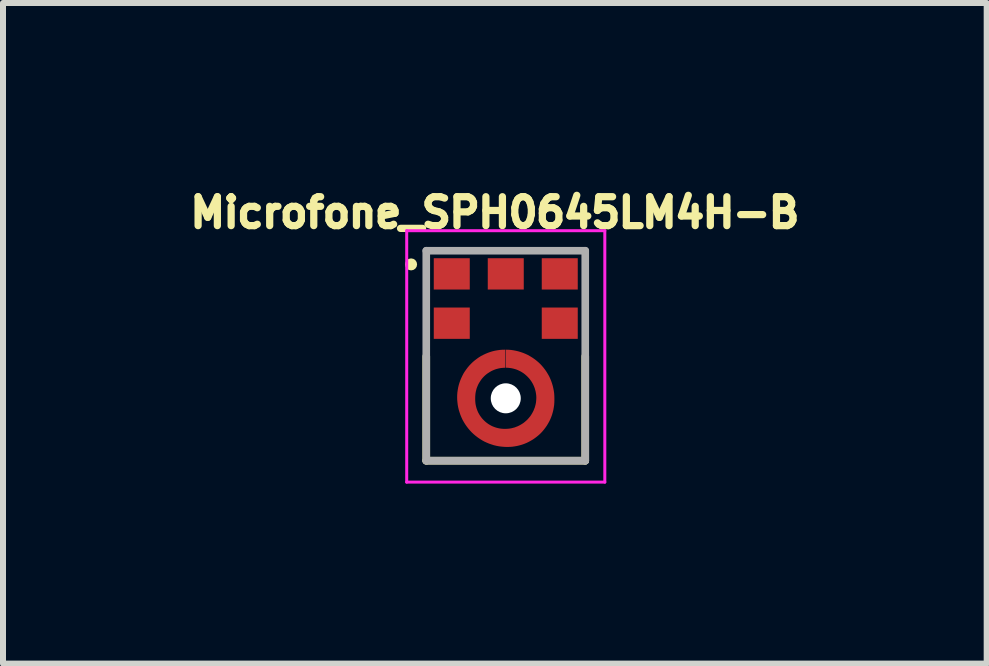
<source format=kicad_pcb>
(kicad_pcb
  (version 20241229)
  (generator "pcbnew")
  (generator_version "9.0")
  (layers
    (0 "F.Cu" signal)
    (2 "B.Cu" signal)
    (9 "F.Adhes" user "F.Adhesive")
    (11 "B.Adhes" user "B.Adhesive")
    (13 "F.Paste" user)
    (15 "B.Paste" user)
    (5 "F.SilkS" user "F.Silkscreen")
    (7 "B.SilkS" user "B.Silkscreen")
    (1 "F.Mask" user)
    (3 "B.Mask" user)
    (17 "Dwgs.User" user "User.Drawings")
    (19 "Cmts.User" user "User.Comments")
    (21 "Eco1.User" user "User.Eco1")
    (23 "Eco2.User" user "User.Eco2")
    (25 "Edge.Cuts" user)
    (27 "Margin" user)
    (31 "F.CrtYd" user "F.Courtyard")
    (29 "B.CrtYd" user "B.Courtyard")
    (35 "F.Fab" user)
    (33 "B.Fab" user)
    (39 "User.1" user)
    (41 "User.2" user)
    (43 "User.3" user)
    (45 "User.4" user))
  (footprint "Microfone_SPH0645LM4H-B"
    (layer "F.Cu")
    (at 5.38 3.589)
    (property "Reference" "Microfone_SPH0645LM4H-B" (at -0.182 -3.095 0) (layer "F.SilkS") (effects (font (size 0.482 0.482) (thickness 0.121))))
    (attr smd)
    (fp_circle (center 0 0) (end 0.456 0) (stroke (width 0.912) (type solid)) (fill no) (layer "F.Mask"))
    (fp_line (start -1.325 1.04) (end -1.325 -0.7) (stroke (width 0.127) (type solid)) (layer "F.SilkS"))
    (fp_line (start 1.325 -0.7) (end 1.325 1.04) (stroke (width 0.127) (type solid)) (layer "F.SilkS"))
    (fp_line (start 1.325 1.04) (end -1.325 1.04) (stroke (width 0.127) (type solid)) (layer "F.SilkS"))
    (fp_circle (center -1.578 -2.232) (end -1.528 -2.232) (stroke (width 0.1) (type solid)) (fill no) (layer "F.SilkS"))
    (fp_poly (pts (xy 0.38 0.53) (xy 0.28 0.425) (xy 0.23 0.46) (xy 0.12 0.5) (xy 0 0.514) (xy -0.12 0.5) (xy -0.225 0.462) (xy -0.288 0.426) (xy -0.385 0.525) (xy -0.5 0.64) (xy -0.405 0.705) (xy -0.31 0.75) (xy -0.22 0.78) (xy -0.14 0.8) (xy 0 0.81) (xy 0.16 0.796) (xy 0.31 0.75) (xy 0.425 0.69) (xy 0.495 0.645)) (stroke (width 0.001) (type solid)) (fill yes) (layer "F.Paste"))
    (fp_poly (pts (xy -0.375 -0.53) (xy -0.28 -0.435) (xy -0.23 -0.46) (xy -0.175 -0.485) (xy -0.12 -0.5) (xy -0.06 -0.51) (xy 0 -0.514) (xy 0.12 -0.5) (xy 0.225 -0.462) (xy 0.283 -0.426) (xy 0.385 -0.525) (xy 0.5 -0.64) (xy 0.41 -0.7) (xy 0.31 -0.75) (xy 0.23 -0.78) (xy 0.14 -0.8) (xy 0 -0.81) (xy -0.16 -0.796) (xy -0.31 -0.75) (xy -0.415 -0.7) (xy -0.49 -0.645)) (stroke (width 0.001) (type solid)) (fill yes) (layer "F.Paste"))
    (fp_poly (pts (xy 0.53 -0.385) (xy 0.425 -0.28) (xy 0.46 -0.23) (xy 0.5 -0.12) (xy 0.514 0) (xy 0.5 0.12) (xy 0.462 0.225) (xy 0.421 0.283) (xy 0.52 0.38) (xy 0.64 0.5) (xy 0.705 0.405) (xy 0.75 0.31) (xy 0.78 0.23) (xy 0.8 0.14) (xy 0.81 0.06) (xy 0.81 -0.065) (xy 0.796 -0.16) (xy 0.78 -0.235) (xy 0.75 -0.31) (xy 0.705 -0.405) (xy 0.64 -0.5)) (stroke (width 0.001) (type solid)) (fill yes) (layer "F.Paste"))
    (fp_poly (pts (xy -0.53 0.385) (xy -0.43 0.285) (xy -0.465 0.23) (xy -0.505 0.12) (xy -0.51 0.12) (xy -0.505 0.11) (xy -0.52 0.005) (xy -0.524 -0.005) (xy -0.52 -0.005) (xy -0.505 -0.125) (xy -0.462 -0.225) (xy -0.426 -0.293) (xy -0.525 -0.39) (xy -0.635 -0.505) (xy -0.7 -0.41) (xy -0.75 -0.31) (xy -0.78 -0.22) (xy -0.8 -0.14) (xy -0.81 0) (xy -0.796 0.16) (xy -0.75 0.31) (xy -0.705 0.4) (xy -0.64 0.5)) (stroke (width 0.001) (type solid)) (fill yes) (layer "F.Paste"))
    (fp_line (start -1.651 -2.794) (end 1.651 -2.794) (stroke (width 0.05) (type solid)) (layer "F.CrtYd"))
    (fp_line (start -1.651 1.397) (end -1.651 -2.794) (stroke (width 0.05) (type solid)) (layer "F.CrtYd"))
    (fp_line (start 1.651 -2.794) (end 1.651 1.397) (stroke (width 0.05) (type solid)) (layer "F.CrtYd"))
    (fp_line (start 1.651 1.397) (end -1.651 1.397) (stroke (width 0.05) (type solid)) (layer "F.CrtYd"))
    (fp_line (start -1.325 -2.46) (end 1.325 -2.46) (stroke (width 0.127) (type solid)) (layer "F.Fab"))
    (fp_line (start -1.325 1.04) (end -1.325 -2.46) (stroke (width 0.127) (type solid)) (layer "F.Fab"))
    (fp_line (start 1.325 -2.46) (end 1.325 1.04) (stroke (width 0.127) (type solid)) (layer "F.Fab"))
    (fp_line (start 1.325 1.04) (end -1.325 1.04) (stroke (width 0.127) (type solid)) (layer "F.Fab"))
    (pad "" np_thru_hole circle (at 0 0) (size 0.5 0.5) (drill 0.5) (layers "*.Cu" "*.Mask"))
    (pad "1" smd rect (at -0.9 -2.074) (size 0.6 0.522) (layers "F.Cu" "F.Mask" "F.Paste"))
    (pad "2" smd rect (at -0.9 -1.252) (size 0.6 0.522) (layers "F.Cu" "F.Mask" "F.Paste"))
    (pad "3" smd custom (at 0.65 -0.02) (size 0.1 0.1) (layers "F.Cu") (options (anchor rect)) (primitives (gr_poly (pts (xy -0.66 -0.49) (xy -0.66 -0.79) (xy -0.707 -0.789) (xy -0.748 -0.786) (xy -0.789 -0.78) (xy -0.83 -0.773) (xy -0.871 -0.763) (xy -0.911 -0.751) (xy -0.95 -0.737) (xy -0.988 -0.721) (xy -1.026 -0.703) (xy -1.063 -0.684) (xy -1.098 -0.662) (xy -1.132 -0.638) (xy -1.165 -0.613) (xy -1.197 -0.586) (xy -1.227 -0.557) (xy -1.256 -0.527) (xy -1.283 -0.495) (xy -1.308 -0.462) (xy -1.332 -0.428) (xy -1.354 -0.393) (xy -1.373 -0.356) (xy -1.391 -0.318) (xy -1.407 -0.28) (xy -1.421 -0.241) (xy -1.433 -0.201) (xy -1.443 -0.16) (xy -1.45 -0.119) (xy -1.456 -0.078) (xy -1.459 -0.037) (xy -1.46 0) (xy -1.459 0.043) (xy -1.455 0.087) (xy -1.45 0.13) (xy -1.442 0.173) (xy -1.432 0.215) (xy -1.419 0.256) (xy -1.405 0.297) (xy -1.388 0.338) (xy -1.37 0.377) (xy -1.349 0.415) (xy -1.326 0.452) (xy -1.301 0.488) (xy -1.275 0.522) (xy -1.247 0.555) (xy -1.217 0.587) (xy -1.185 0.617) (xy -1.152 0.645) (xy -1.118 0.671) (xy -1.082 0.696) (xy -1.045 0.719) (xy -1.007 0.74) (xy -0.968 0.758) (xy -0.927 0.775) (xy -0.886 0.789) (xy -0.845 0.802) (xy -0.803 0.812) (xy -0.76 0.82) (xy -0.717 0.825) (xy -0.673 0.829) (xy -0.63 0.83) (xy -0.62 0.83) (xy -0.579 0.829) (xy -0.538 0.826) (xy -0.498 0.82) (xy -0.458 0.813) (xy -0.418 0.803) (xy -0.379 0.792) (xy -0.34 0.778) (xy -0.303 0.763) (xy -0.266 0.745) (xy -0.23 0.725) (xy -0.195 0.704) (xy -0.162 0.681) (xy -0.129 0.656) (xy -0.098 0.63) (xy -0.068 0.602) (xy -0.04 0.572) (xy -0.014 0.541) (xy 0.011 0.508) (xy 0.034 0.475) (xy 0.055 0.44) (xy 0.075 0.404) (xy 0.093 0.367) (xy 0.108 0.33) (xy 0.122 0.291) (xy 0.133 0.252) (xy 0.143 0.212) (xy 0.15 0.172) (xy 0.156 0.132) (xy 0.159 0.091) (xy 0.16 0.05) (xy 0.16 0.02) (xy 0.159 -0.022) (xy 0.156 -0.065) (xy 0.15 -0.107) (xy 0.142 -0.148) (xy 0.132 -0.19) (xy 0.12 -0.23) (xy 0.106 -0.27) (xy 0.09 -0.309) (xy 0.072 -0.348) (xy 0.051 -0.385) (xy 0.029 -0.421) (xy 0.005 -0.456) (xy -0.021 -0.49) (xy -0.048 -0.522) (xy -0.077 -0.553) (xy -0.108 -0.582) (xy -0.14 -0.609) (xy -0.174 -0.635) (xy -0.209 -0.659) (xy -0.245 -0.681) (xy -0.282 -0.702) (xy -0.321 -0.72) (xy -0.36 -0.736) (xy -0.4 -0.75) (xy -0.44 -0.762) (xy -0.482 -0.772) (xy -0.523 -0.78) (xy -0.565 -0.786) (xy -0.608 -0.789) (xy -0.65 -0.79) (xy -0.65 -0.49) (xy -0.627 -0.49) (xy -0.601 -0.488) (xy -0.575 -0.485) (xy -0.549 -0.481) (xy -0.523 -0.475) (xy -0.497 -0.468) (xy -0.472 -0.46) (xy -0.448 -0.45) (xy -0.424 -0.439) (xy -0.4 -0.427) (xy -0.377 -0.413) (xy -0.355 -0.399) (xy -0.334 -0.383) (xy -0.314 -0.366) (xy -0.294 -0.348) (xy -0.276 -0.329) (xy -0.258 -0.31) (xy -0.242 -0.289) (xy -0.226 -0.267) (xy -0.212 -0.245) (xy -0.199 -0.222) (xy -0.187 -0.198) (xy -0.177 -0.174) (xy -0.167 -0.149) (xy -0.16 -0.124) (xy -0.153 -0.099) (xy -0.148 -0.073) (xy -0.144 -0.047) (xy -0.141 -0.02) (xy -0.14 0.01) (xy -0.141 0.037) (xy -0.143 0.064) (xy -0.146 0.091) (xy -0.151 0.118) (xy -0.158 0.145) (xy -0.165 0.171) (xy -0.175 0.196) (xy -0.185 0.222) (xy -0.197 0.246) (xy -0.21 0.27) (xy -0.224 0.293) (xy -0.239 0.316) (xy -0.256 0.337) (xy -0.274 0.358) (xy -0.292 0.378) (xy -0.312 0.396) (xy -0.333 0.414) (xy -0.354 0.431) (xy -0.377 0.446) (xy -0.4 0.46) (xy -0.424 0.473) (xy -0.448 0.485) (xy -0.474 0.495) (xy -0.499 0.505) (xy -0.525 0.512) (xy -0.552 0.519) (xy -0.579 0.524) (xy -0.606 0.527) (xy -0.633 0.529) (xy -0.66 0.53) (xy -0.67 0.53) (xy -0.696 0.529) (xy -0.721 0.527) (xy -0.747 0.524) (xy -0.772 0.519) (xy -0.797 0.513) (xy -0.821 0.506) (xy -0.846 0.497) (xy -0.869 0.488) (xy -0.892 0.477) (xy -0.915 0.464) (xy -0.937 0.451) (xy -0.958 0.436) (xy -0.978 0.421) (xy -0.998 0.404) (xy -1.016 0.386) (xy -1.034 0.368) (xy -1.051 0.348) (xy -1.066 0.328) (xy -1.081 0.307) (xy -1.094 0.285) (xy -1.107 0.262) (xy -1.118 0.239) (xy -1.127 0.216) (xy -1.136 0.191) (xy -1.143 0.167) (xy -1.149 0.142) (xy -1.154 0.117) (xy -1.157 0.091) (xy -1.159 0.066) (xy -1.16 0.04) (xy -1.16 0.01) (xy -1.159 -0.016) (xy -1.157 -0.042) (xy -1.154 -0.068) (xy -1.149 -0.094) (xy -1.143 -0.119) (xy -1.136 -0.145) (xy -1.127 -0.169) (xy -1.117 -0.193) (xy -1.106 -0.217) (xy -1.093 -0.24) (xy -1.079 -0.262) (xy -1.065 -0.284) (xy -1.049 -0.305) (xy -1.032 -0.325) (xy -1.014 -0.344) (xy -0.995 -0.362) (xy -0.975 -0.379) (xy -0.954 -0.395) (xy -0.932 -0.409) (xy -0.91 -0.423) (xy -0.887 -0.436) (xy -0.863 -0.447) (xy -0.839 -0.457) (xy -0.815 -0.466) (xy -0.789 -0.473) (xy -0.764 -0.479) (xy -0.738 -0.484) (xy -0.712 -0.487) (xy -0.686 -0.489) (xy -0.66 -0.49)) (width 0.001) (fill yes))))
    (pad "4" smd rect (at 0.9 -1.252) (size 0.6 0.522) (layers "F.Cu" "F.Mask" "F.Paste"))
    (pad "5" smd rect (at 0.9 -2.074) (size 0.6 0.522) (layers "F.Cu" "F.Mask" "F.Paste"))
    (pad "6" smd rect (at 0 -2.074) (size 0.6 0.522) (layers "F.Cu" "F.Mask" "F.Paste")))
  (gr_rect
    (start -3 -3)
    (end 13.396 8.011)
    (stroke (width 0.1) (type default))
    (fill no)
    (layer "Edge.Cuts")))
</source>
